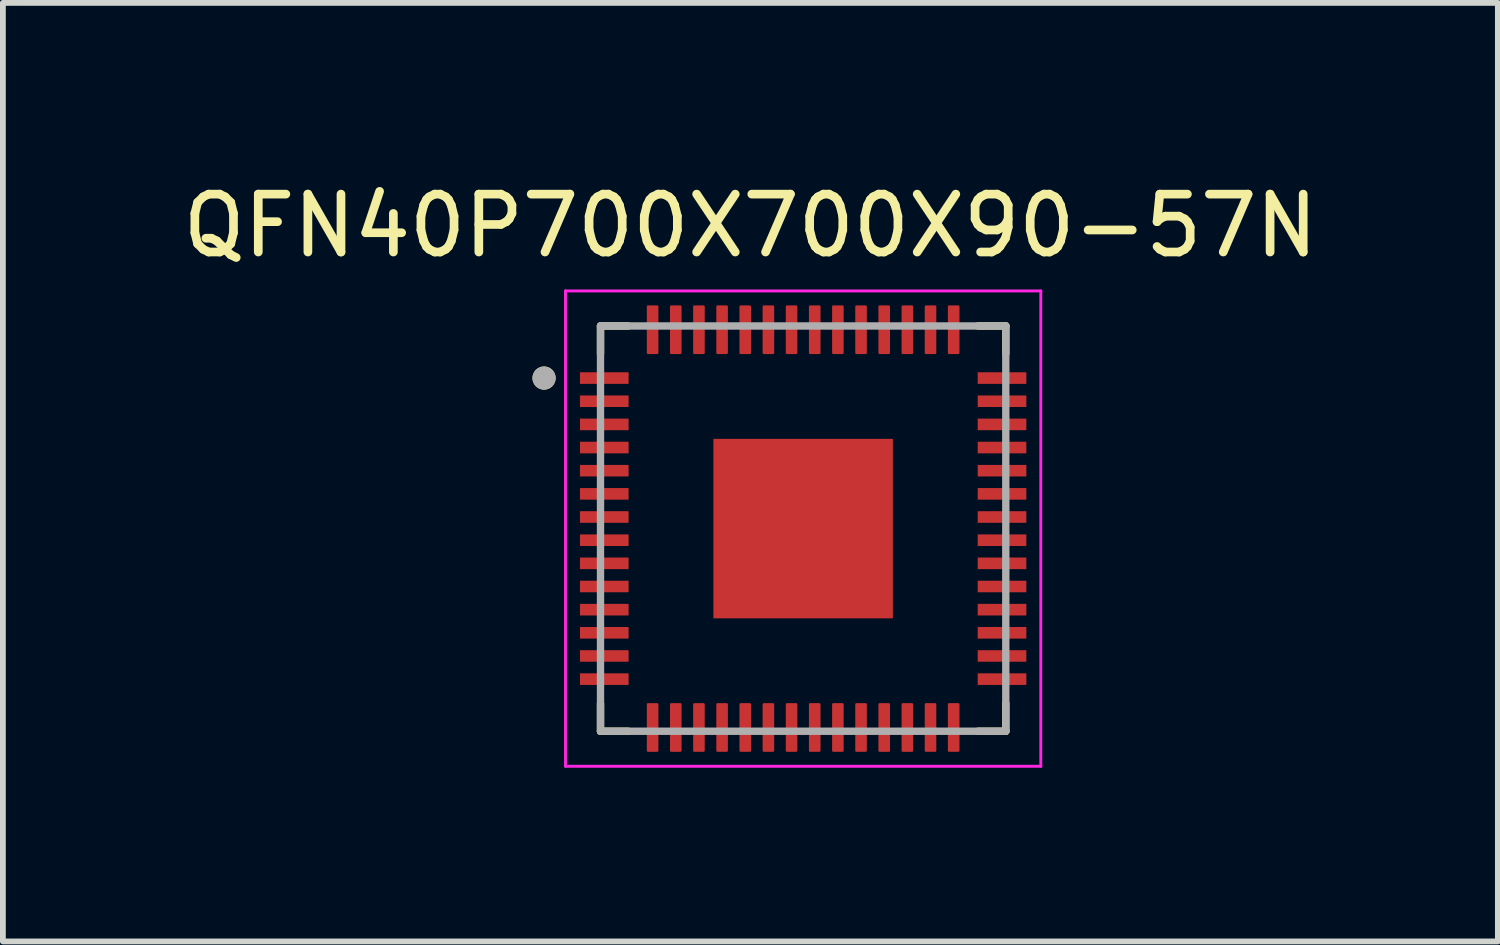
<source format=kicad_pcb>
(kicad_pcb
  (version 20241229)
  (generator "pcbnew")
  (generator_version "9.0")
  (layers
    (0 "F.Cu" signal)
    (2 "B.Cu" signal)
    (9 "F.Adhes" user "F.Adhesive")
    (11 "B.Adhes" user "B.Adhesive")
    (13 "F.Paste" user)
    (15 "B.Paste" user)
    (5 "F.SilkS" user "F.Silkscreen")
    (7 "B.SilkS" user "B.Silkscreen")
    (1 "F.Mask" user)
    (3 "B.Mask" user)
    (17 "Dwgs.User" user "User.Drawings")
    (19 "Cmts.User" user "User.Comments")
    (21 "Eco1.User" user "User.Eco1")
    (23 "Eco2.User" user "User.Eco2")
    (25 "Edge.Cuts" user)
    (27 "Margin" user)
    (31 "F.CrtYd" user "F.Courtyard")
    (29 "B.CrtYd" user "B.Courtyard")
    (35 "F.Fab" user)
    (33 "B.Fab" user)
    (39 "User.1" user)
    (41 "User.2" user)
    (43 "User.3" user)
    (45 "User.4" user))
  (footprint "QFN40P700X700X90-57N"
    (layer "F.Cu")
    (at 10.822 6.08)
    (property "Reference" "QFN40P700X700X90-57N" (at -0.911 -5.232 0) (layer "F.SilkS") (effects (font (size 1 1) (thickness 0.15))))
    (attr through_hole)
    (fp_line (start -3.5 -3.5) (end -3.5 -3.02) (stroke (width 0.127) (type solid)) (layer "F.SilkS"))
    (fp_line (start -3.5 -3.5) (end -3.02 -3.5) (stroke (width 0.127) (type solid)) (layer "F.SilkS"))
    (fp_line (start -3.5 3.5) (end -3.5 3.02) (stroke (width 0.127) (type solid)) (layer "F.SilkS"))
    (fp_line (start -3.5 3.5) (end -3.02 3.5) (stroke (width 0.127) (type solid)) (layer "F.SilkS"))
    (fp_line (start 3.5 -3.5) (end 3.02 -3.5) (stroke (width 0.127) (type solid)) (layer "F.SilkS"))
    (fp_line (start 3.5 -3.5) (end 3.5 -3.02) (stroke (width 0.127) (type solid)) (layer "F.SilkS"))
    (fp_line (start 3.5 3.5) (end 3.02 3.5) (stroke (width 0.127) (type solid)) (layer "F.SilkS"))
    (fp_line (start 3.5 3.5) (end 3.5 3.02) (stroke (width 0.127) (type solid)) (layer "F.SilkS"))
    (fp_circle (center -4.475 -2.6) (end -4.375 -2.6) (stroke (width 0.2) (type solid)) (fill no) (layer "F.SilkS"))
    (fp_poly (pts (xy -0.98 -0.98) (xy 0.98 -0.98) (xy 0.98 0.98) (xy -0.98 0.98)) (stroke (width 0.01) (type solid)) (fill yes) (layer "F.Paste"))
    (fp_line (start -4.105 -4.105) (end 4.105 -4.105) (stroke (width 0.05) (type solid)) (layer "F.CrtYd"))
    (fp_line (start -4.105 4.105) (end -4.105 -4.105) (stroke (width 0.05) (type solid)) (layer "F.CrtYd"))
    (fp_line (start -4.105 4.105) (end 4.105 4.105) (stroke (width 0.05) (type solid)) (layer "F.CrtYd"))
    (fp_line (start 4.105 4.105) (end 4.105 -4.105) (stroke (width 0.05) (type solid)) (layer "F.CrtYd"))
    (fp_line (start -3.5 3.5) (end -3.5 -3.5) (stroke (width 0.127) (type solid)) (layer "F.Fab"))
    (fp_line (start 3.5 -3.5) (end -3.5 -3.5) (stroke (width 0.127) (type solid)) (layer "F.Fab"))
    (fp_line (start 3.5 3.5) (end -3.5 3.5) (stroke (width 0.127) (type solid)) (layer "F.Fab"))
    (fp_line (start 3.5 3.5) (end 3.5 -3.5) (stroke (width 0.127) (type solid)) (layer "F.Fab"))
    (fp_circle (center -4.475 -2.6) (end -4.375 -2.6) (stroke (width 0.2) (type solid)) (fill no) (layer "F.Fab"))
    (pad "1" smd roundrect (at -3.435 -2.6) (size 0.84 0.2) (layers "F.Cu" "F.Mask" "F.Paste") (roundrect_rratio 0.03))
    (pad "2" smd roundrect (at -3.435 -2.2) (size 0.84 0.2) (layers "F.Cu" "F.Mask" "F.Paste") (roundrect_rratio 0.03))
    (pad "3" smd roundrect (at -3.435 -1.8) (size 0.84 0.2) (layers "F.Cu" "F.Mask" "F.Paste") (roundrect_rratio 0.03))
    (pad "4" smd roundrect (at -3.435 -1.4) (size 0.84 0.2) (layers "F.Cu" "F.Mask" "F.Paste") (roundrect_rratio 0.03))
    (pad "5" smd roundrect (at -3.435 -1) (size 0.84 0.2) (layers "F.Cu" "F.Mask" "F.Paste") (roundrect_rratio 0.03))
    (pad "6" smd roundrect (at -3.435 -0.6) (size 0.84 0.2) (layers "F.Cu" "F.Mask" "F.Paste") (roundrect_rratio 0.03))
    (pad "7" smd roundrect (at -3.435 -0.2) (size 0.84 0.2) (layers "F.Cu" "F.Mask" "F.Paste") (roundrect_rratio 0.03))
    (pad "8" smd roundrect (at -3.435 0.2) (size 0.84 0.2) (layers "F.Cu" "F.Mask" "F.Paste") (roundrect_rratio 0.03))
    (pad "9" smd roundrect (at -3.435 0.6) (size 0.84 0.2) (layers "F.Cu" "F.Mask" "F.Paste") (roundrect_rratio 0.03))
    (pad "10" smd roundrect (at -3.435 1) (size 0.84 0.2) (layers "F.Cu" "F.Mask" "F.Paste") (roundrect_rratio 0.03))
    (pad "11" smd roundrect (at -3.435 1.4) (size 0.84 0.2) (layers "F.Cu" "F.Mask" "F.Paste") (roundrect_rratio 0.03))
    (pad "12" smd roundrect (at -3.435 1.8) (size 0.84 0.2) (layers "F.Cu" "F.Mask" "F.Paste") (roundrect_rratio 0.03))
    (pad "13" smd roundrect (at -3.435 2.2) (size 0.84 0.2) (layers "F.Cu" "F.Mask" "F.Paste") (roundrect_rratio 0.03))
    (pad "14" smd roundrect (at -3.435 2.6) (size 0.84 0.2) (layers "F.Cu" "F.Mask" "F.Paste") (roundrect_rratio 0.03))
    (pad "15" smd roundrect (at -2.6 3.435) (size 0.2 0.84) (layers "F.Cu" "F.Mask" "F.Paste") (roundrect_rratio 0.1))
    (pad "16" smd roundrect (at -2.2 3.435) (size 0.2 0.84) (layers "F.Cu" "F.Mask" "F.Paste") (roundrect_rratio 0.1))
    (pad "17" smd roundrect (at -1.8 3.435) (size 0.2 0.84) (layers "F.Cu" "F.Mask" "F.Paste") (roundrect_rratio 0.1))
    (pad "18" smd roundrect (at -1.4 3.435) (size 0.2 0.84) (layers "F.Cu" "F.Mask" "F.Paste") (roundrect_rratio 0.1))
    (pad "19" smd roundrect (at -1 3.435) (size 0.2 0.84) (layers "F.Cu" "F.Mask" "F.Paste") (roundrect_rratio 0.1))
    (pad "20" smd roundrect (at -0.6 3.435) (size 0.2 0.84) (layers "F.Cu" "F.Mask" "F.Paste") (roundrect_rratio 0.1))
    (pad "21" smd roundrect (at -0.2 3.435) (size 0.2 0.84) (layers "F.Cu" "F.Mask" "F.Paste") (roundrect_rratio 0.1))
    (pad "22" smd roundrect (at 0.2 3.435) (size 0.2 0.84) (layers "F.Cu" "F.Mask" "F.Paste") (roundrect_rratio 0.1))
    (pad "23" smd roundrect (at 0.6 3.435) (size 0.2 0.84) (layers "F.Cu" "F.Mask" "F.Paste") (roundrect_rratio 0.1))
    (pad "24" smd roundrect (at 1 3.435) (size 0.2 0.84) (layers "F.Cu" "F.Mask" "F.Paste") (roundrect_rratio 0.1))
    (pad "25" smd roundrect (at 1.4 3.435) (size 0.2 0.84) (layers "F.Cu" "F.Mask" "F.Paste") (roundrect_rratio 0.1))
    (pad "26" smd roundrect (at 1.8 3.435) (size 0.2 0.84) (layers "F.Cu" "F.Mask" "F.Paste") (roundrect_rratio 0.1))
    (pad "27" smd roundrect (at 2.2 3.435) (size 0.2 0.84) (layers "F.Cu" "F.Mask" "F.Paste") (roundrect_rratio 0.1))
    (pad "28" smd roundrect (at 2.6 3.435) (size 0.2 0.84) (layers "F.Cu" "F.Mask" "F.Paste") (roundrect_rratio 0.1))
    (pad "29" smd roundrect (at 3.435 2.6) (size 0.84 0.2) (layers "F.Cu" "F.Mask" "F.Paste") (roundrect_rratio 0.03))
    (pad "30" smd roundrect (at 3.435 2.2) (size 0.84 0.2) (layers "F.Cu" "F.Mask" "F.Paste") (roundrect_rratio 0.03))
    (pad "31" smd roundrect (at 3.435 1.8) (size 0.84 0.2) (layers "F.Cu" "F.Mask" "F.Paste") (roundrect_rratio 0.03))
    (pad "32" smd roundrect (at 3.435 1.4) (size 0.84 0.2) (layers "F.Cu" "F.Mask" "F.Paste") (roundrect_rratio 0.03))
    (pad "33" smd roundrect (at 3.435 1) (size 0.84 0.2) (layers "F.Cu" "F.Mask" "F.Paste") (roundrect_rratio 0.03))
    (pad "34" smd roundrect (at 3.435 0.6) (size 0.84 0.2) (layers "F.Cu" "F.Mask" "F.Paste") (roundrect_rratio 0.03))
    (pad "35" smd roundrect (at 3.435 0.2) (size 0.84 0.2) (layers "F.Cu" "F.Mask" "F.Paste") (roundrect_rratio 0.03))
    (pad "36" smd roundrect (at 3.435 -0.2) (size 0.84 0.2) (layers "F.Cu" "F.Mask" "F.Paste") (roundrect_rratio 0.03))
    (pad "37" smd roundrect (at 3.435 -0.6) (size 0.84 0.2) (layers "F.Cu" "F.Mask" "F.Paste") (roundrect_rratio 0.03))
    (pad "38" smd roundrect (at 3.435 -1) (size 0.84 0.2) (layers "F.Cu" "F.Mask" "F.Paste") (roundrect_rratio 0.03))
    (pad "39" smd roundrect (at 3.435 -1.4) (size 0.84 0.2) (layers "F.Cu" "F.Mask" "F.Paste") (roundrect_rratio 0.03))
    (pad "40" smd roundrect (at 3.435 -1.8) (size 0.84 0.2) (layers "F.Cu" "F.Mask" "F.Paste") (roundrect_rratio 0.03))
    (pad "41" smd roundrect (at 3.435 -2.2) (size 0.84 0.2) (layers "F.Cu" "F.Mask" "F.Paste") (roundrect_rratio 0.03))
    (pad "42" smd roundrect (at 3.435 -2.6) (size 0.84 0.2) (layers "F.Cu" "F.Mask" "F.Paste") (roundrect_rratio 0.03))
    (pad "43" smd roundrect (at 2.6 -3.435) (size 0.2 0.84) (layers "F.Cu" "F.Mask" "F.Paste") (roundrect_rratio 0.1))
    (pad "44" smd roundrect (at 2.2 -3.435) (size 0.2 0.84) (layers "F.Cu" "F.Mask" "F.Paste") (roundrect_rratio 0.1))
    (pad "45" smd roundrect (at 1.8 -3.435) (size 0.2 0.84) (layers "F.Cu" "F.Mask" "F.Paste") (roundrect_rratio 0.1))
    (pad "46" smd roundrect (at 1.4 -3.435) (size 0.2 0.84) (layers "F.Cu" "F.Mask" "F.Paste") (roundrect_rratio 0.1))
    (pad "47" smd roundrect (at 1 -3.435) (size 0.2 0.84) (layers "F.Cu" "F.Mask" "F.Paste") (roundrect_rratio 0.1))
    (pad "48" smd roundrect (at 0.6 -3.435) (size 0.2 0.84) (layers "F.Cu" "F.Mask" "F.Paste") (roundrect_rratio 0.1))
    (pad "49" smd roundrect (at 0.2 -3.435) (size 0.2 0.84) (layers "F.Cu" "F.Mask" "F.Paste") (roundrect_rratio 0.1))
    (pad "50" smd roundrect (at -0.2 -3.435) (size 0.2 0.84) (layers "F.Cu" "F.Mask" "F.Paste") (roundrect_rratio 0.1))
    (pad "51" smd roundrect (at -0.6 -3.435) (size 0.2 0.84) (layers "F.Cu" "F.Mask" "F.Paste") (roundrect_rratio 0.1))
    (pad "52" smd roundrect (at -1 -3.435) (size 0.2 0.84) (layers "F.Cu" "F.Mask" "F.Paste") (roundrect_rratio 0.1))
    (pad "53" smd roundrect (at -1.4 -3.435) (size 0.2 0.84) (layers "F.Cu" "F.Mask" "F.Paste") (roundrect_rratio 0.1))
    (pad "54" smd roundrect (at -1.8 -3.435) (size 0.2 0.84) (layers "F.Cu" "F.Mask" "F.Paste") (roundrect_rratio 0.1))
    (pad "55" smd roundrect (at -2.2 -3.435) (size 0.2 0.84) (layers "F.Cu" "F.Mask" "F.Paste") (roundrect_rratio 0.1))
    (pad "56" smd roundrect (at -2.6 -3.435) (size 0.2 0.84) (layers "F.Cu" "F.Mask" "F.Paste") (roundrect_rratio 0.1))
    (pad "57" smd rect (at 0 0) (size 3.1 3.1) (layers "F.Cu" "F.Mask")))
  (gr_rect
    (start -3 -3)
    (end 22.821 13.21)
    (stroke (width 0.1) (type default))
    (fill no)
    (layer "Edge.Cuts")))
</source>
